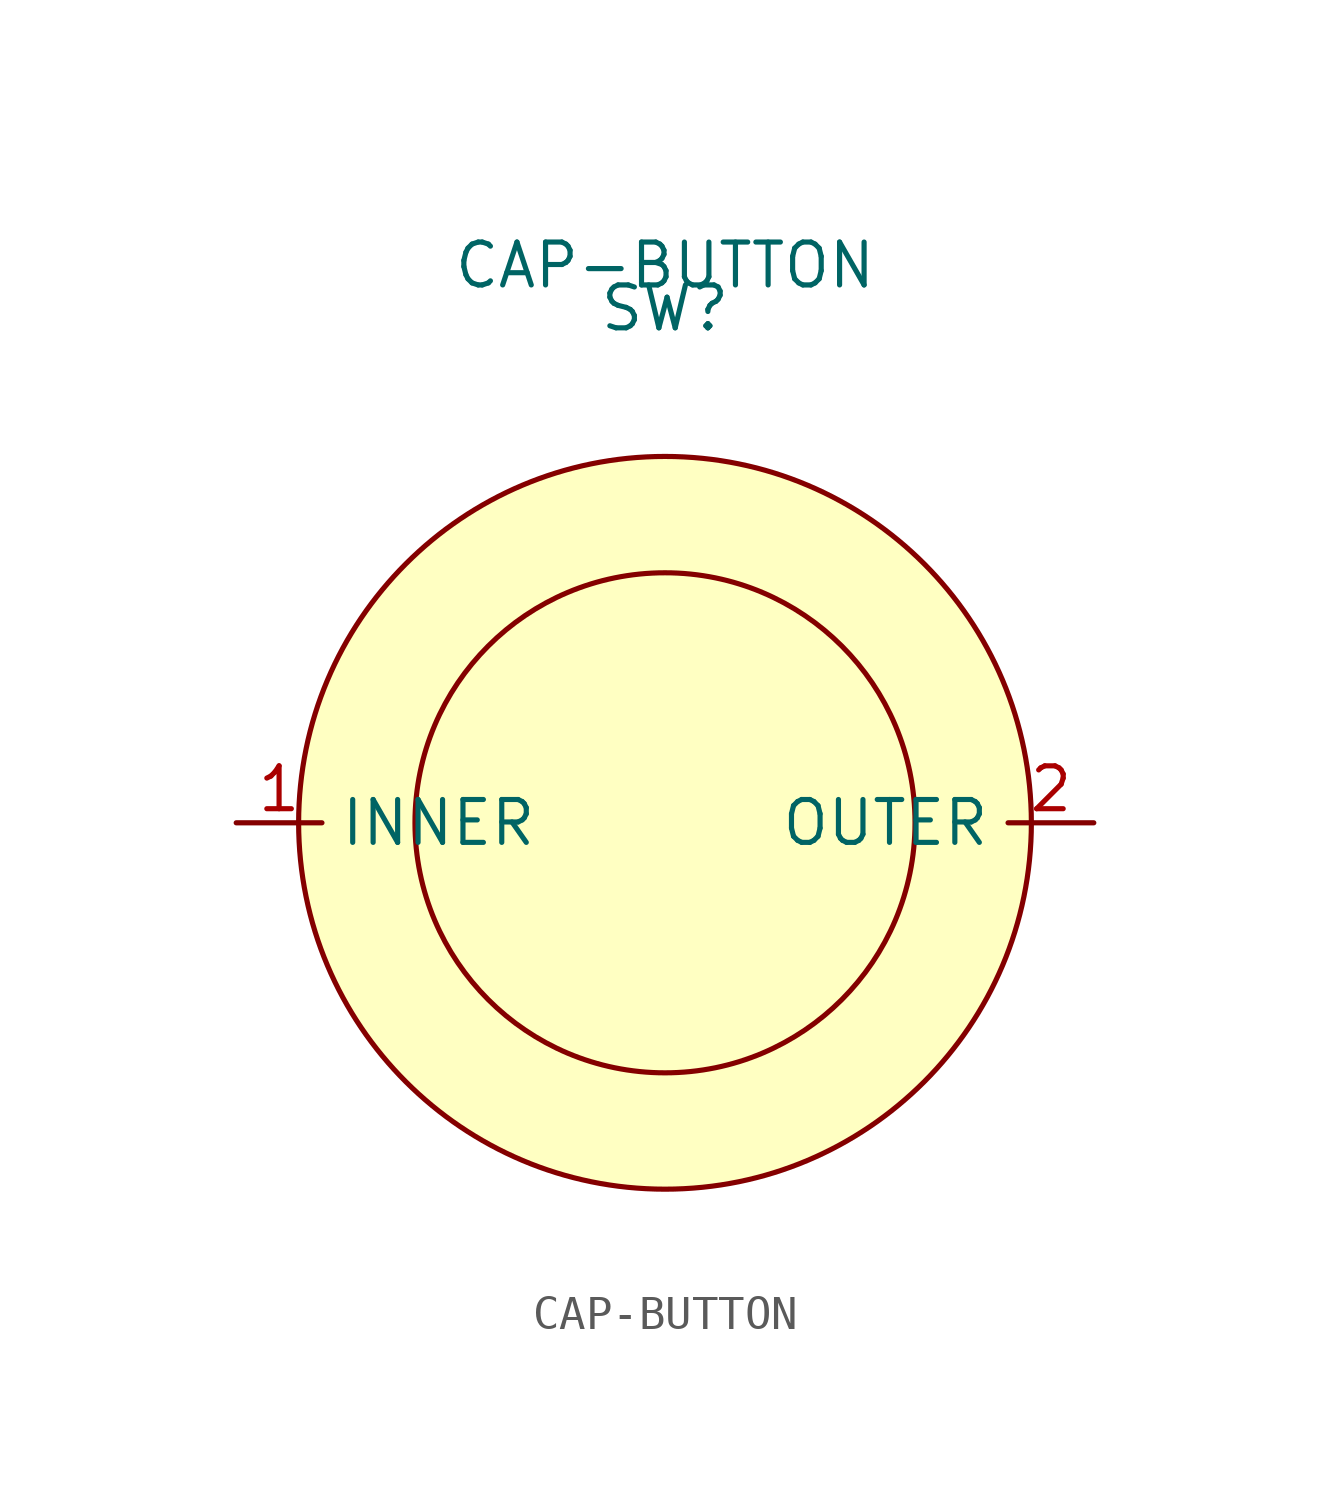
<source format=kicad_sym>
(kicad_symbol_lib
  (version 20211014)
  (generator kicad_symbol_editor)
  (symbol "CAP-BUTTON"
    (property "Reference" "SW"
      (at 0 15.24 0)
      (effects (font (size 1.27 1.27))))
    (property "Value" "CAP-BUTTON"
      (at 0 16.51 0)
      (effects (font (size 1.27 1.27))))
    (symbol "CAP-BUTTON_0_1"
      (circle (center 0 0) (radius 7.405) (stroke (width 0) (type default) (color 0 0 0 0)) (fill (type none)))
      (circle (center 0 0) (radius 10.851) (stroke (width 0) (type default) (color 0 0 0 0)) (fill (type background))))
    (symbol "CAP-BUTTON_1_1"
      (pin passive line (at -12.7 0 0) (length 2.54) (name "INNER" (effects (font (size 1.27 1.27)))) (number "1" (effects (font (size 1.27 1.27)))))
      (pin passive line (at 12.7 0 180) (length 2.54) (name "OUTER" (effects (font (size 1.27 1.27)))) (number "2" (effects (font (size 1.27 1.27))))))))
</source>
